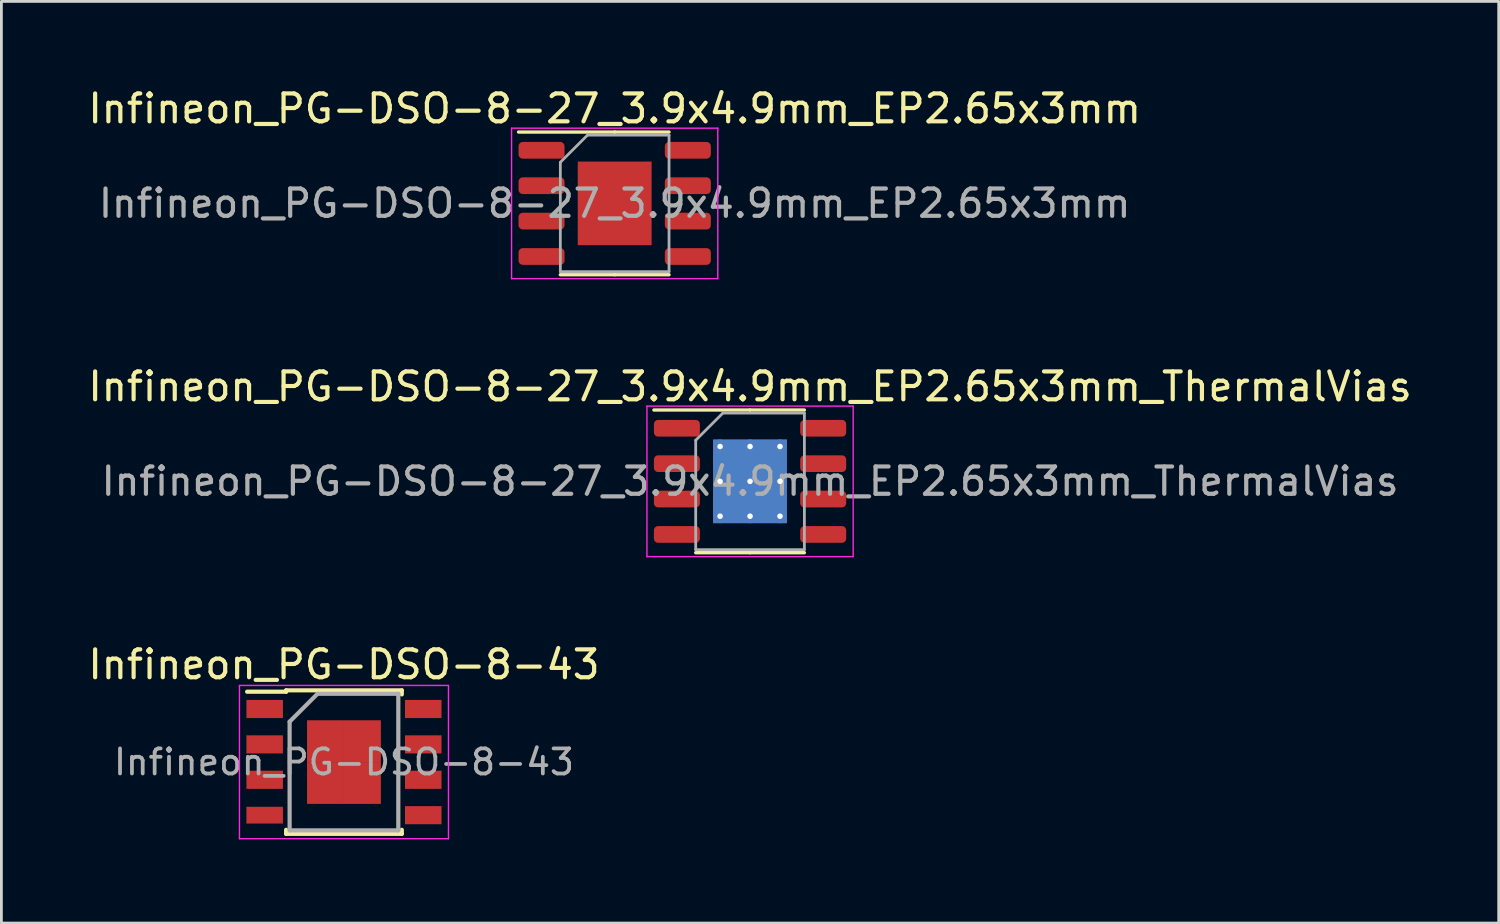
<source format=kicad_pcb>
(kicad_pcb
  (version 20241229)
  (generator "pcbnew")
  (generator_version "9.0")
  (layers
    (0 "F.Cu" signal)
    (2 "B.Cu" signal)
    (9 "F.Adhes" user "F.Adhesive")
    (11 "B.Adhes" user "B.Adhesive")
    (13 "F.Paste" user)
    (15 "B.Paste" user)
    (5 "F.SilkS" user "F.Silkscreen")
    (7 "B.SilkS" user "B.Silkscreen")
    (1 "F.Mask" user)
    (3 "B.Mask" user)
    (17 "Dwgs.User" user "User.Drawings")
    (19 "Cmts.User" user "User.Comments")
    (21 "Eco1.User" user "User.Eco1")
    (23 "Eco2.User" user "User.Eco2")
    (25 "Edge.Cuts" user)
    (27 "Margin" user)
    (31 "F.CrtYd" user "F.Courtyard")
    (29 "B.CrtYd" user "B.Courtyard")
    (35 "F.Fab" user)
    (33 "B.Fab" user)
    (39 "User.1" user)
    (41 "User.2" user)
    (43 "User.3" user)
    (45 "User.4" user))
  (footprint "Infineon_PG-DSO-8-43"
    (layer "F.Cu")
    (at 9.292 24.295)
    (property "Reference" "Infineon_PG-DSO-8-43" (at 0 -3.5 0) (layer "F.SilkS") (effects (font (size 1 1) (thickness 0.15))))
    (attr smd)
    (fp_line (start -2.075 -2.575) (end -2.075 -2.525) (stroke (width 0.15) (type solid)) (layer "F.SilkS"))
    (fp_line (start -2.075 -2.575) (end 2.075 -2.575) (stroke (width 0.15) (type solid)) (layer "F.SilkS"))
    (fp_line (start -2.075 -2.525) (end -3.475 -2.525) (stroke (width 0.15) (type solid)) (layer "F.SilkS"))
    (fp_line (start -2.075 2.575) (end -2.075 2.43) (stroke (width 0.15) (type solid)) (layer "F.SilkS"))
    (fp_line (start -2.075 2.575) (end 2.075 2.575) (stroke (width 0.15) (type solid)) (layer "F.SilkS"))
    (fp_line (start 2.075 -2.575) (end 2.075 -2.43) (stroke (width 0.15) (type solid)) (layer "F.SilkS"))
    (fp_line (start 2.075 2.575) (end 2.075 2.43) (stroke (width 0.15) (type solid)) (layer "F.SilkS"))
    (fp_line (start -3.75 -2.75) (end -3.75 2.75) (stroke (width 0.05) (type solid)) (layer "F.CrtYd"))
    (fp_line (start -3.75 -2.75) (end 3.75 -2.75) (stroke (width 0.05) (type solid)) (layer "F.CrtYd"))
    (fp_line (start -3.75 2.75) (end 3.75 2.75) (stroke (width 0.05) (type solid)) (layer "F.CrtYd"))
    (fp_line (start 3.75 -2.75) (end 3.75 2.75) (stroke (width 0.05) (type solid)) (layer "F.CrtYd"))
    (fp_line (start -1.95 -1.45) (end -0.95 -2.45) (stroke (width 0.15) (type solid)) (layer "F.Fab"))
    (fp_line (start -1.95 2.45) (end -1.95 -1.45) (stroke (width 0.15) (type solid)) (layer "F.Fab"))
    (fp_line (start -0.95 -2.45) (end 1.95 -2.45) (stroke (width 0.15) (type solid)) (layer "F.Fab"))
    (fp_line (start 1.95 -2.45) (end 1.95 2.45) (stroke (width 0.15) (type solid)) (layer "F.Fab"))
    (fp_line (start 1.95 2.45) (end -1.95 2.45) (stroke (width 0.15) (type solid)) (layer "F.Fab"))
    (fp_text user "${REFERENCE}" (at 0 0 0) (layer "F.Fab") (effects (font (size 0.9 0.9) (thickness 0.135))))
    (pad "1" smd rect (at -2.845 -1.905) (size 1.31 0.65) (layers "F.Cu" "F.Mask" "F.Paste"))
    (pad "2" smd rect (at -2.845 -0.635) (size 1.31 0.65) (layers "F.Cu" "F.Mask" "F.Paste"))
    (pad "3" smd rect (at -2.845 0.635) (size 1.31 0.65) (layers "F.Cu" "F.Mask" "F.Paste"))
    (pad "4" smd rect (at -2.845 1.905) (size 1.31 0.6) (layers "F.Cu" "F.Mask" "F.Paste"))
    (pad "5" smd rect (at 2.845 1.905) (size 1.31 0.65) (layers "F.Cu" "F.Mask" "F.Paste"))
    (pad "6" smd rect (at 2.845 0.635) (size 1.31 0.65) (layers "F.Cu" "F.Mask" "F.Paste"))
    (pad "7" smd rect (at 2.845 -0.635) (size 1.31 0.65) (layers "F.Cu" "F.Mask" "F.Paste"))
    (pad "8" smd rect (at 2.845 -1.905) (size 1.31 0.65) (layers "F.Cu" "F.Mask" "F.Paste"))
    (pad "9" smd rect (at -0.662 -0.75) (size 1.325 1.5) (layers "F.Cu" "F.Mask" "F.Paste"))
    (pad "9" smd rect (at -0.662 0.75) (size 1.325 1.5) (layers "F.Cu" "F.Mask" "F.Paste"))
    (pad "9" smd rect (at 0.662 -0.75) (size 1.325 1.5) (layers "F.Cu" "F.Mask" "F.Paste"))
    (pad "9" smd rect (at 0.662 0.75) (size 1.325 1.5) (layers "F.Cu" "F.Mask" "F.Paste")))
  (footprint "Infineon_PG-DSO-8-27_3.9x4.9mm_EP2.65x3mm_ThermalVias"
    (layer "F.Cu")
    (at 23.863 14.222)
    (property "Reference" "Infineon_PG-DSO-8-27_3.9x4.9mm_EP2.65x3mm_ThermalVias" (at 0 -3.4 0) (layer "F.SilkS") (effects (font (size 1 1) (thickness 0.15))))
    (attr smd)
    (fp_line (start 0 -2.56) (end -3.45 -2.56) (stroke (width 0.12) (type solid)) (layer "F.SilkS"))
    (fp_line (start 0 -2.56) (end 1.95 -2.56) (stroke (width 0.12) (type solid)) (layer "F.SilkS"))
    (fp_line (start 0 2.56) (end -1.95 2.56) (stroke (width 0.12) (type solid)) (layer "F.SilkS"))
    (fp_line (start 0 2.56) (end 1.95 2.56) (stroke (width 0.12) (type solid)) (layer "F.SilkS"))
    (fp_line (start -3.7 -2.7) (end -3.7 2.7) (stroke (width 0.05) (type solid)) (layer "F.CrtYd"))
    (fp_line (start -3.7 2.7) (end 3.7 2.7) (stroke (width 0.05) (type solid)) (layer "F.CrtYd"))
    (fp_line (start 3.7 -2.7) (end -3.7 -2.7) (stroke (width 0.05) (type solid)) (layer "F.CrtYd"))
    (fp_line (start 3.7 2.7) (end 3.7 -2.7) (stroke (width 0.05) (type solid)) (layer "F.CrtYd"))
    (fp_line (start -1.95 -1.475) (end -0.975 -2.45) (stroke (width 0.1) (type solid)) (layer "F.Fab"))
    (fp_line (start -1.95 2.45) (end -1.95 -1.475) (stroke (width 0.1) (type solid)) (layer "F.Fab"))
    (fp_line (start -0.975 -2.45) (end 1.95 -2.45) (stroke (width 0.1) (type solid)) (layer "F.Fab"))
    (fp_line (start 1.95 -2.45) (end 1.95 2.45) (stroke (width 0.1) (type solid)) (layer "F.Fab"))
    (fp_line (start 1.95 2.45) (end -1.95 2.45) (stroke (width 0.1) (type solid)) (layer "F.Fab"))
    (fp_text user "${REFERENCE}" (at 0 0 0) (layer "F.Fab") (effects (font (size 0.98 0.98) (thickness 0.15))))
    (pad "" smd roundrect (at -0.66 -0.75) (size 1.11 1.25) (layers "F.Paste") (roundrect_rratio 0.225))
    (pad "" smd roundrect (at -0.66 0.75) (size 1.11 1.25) (layers "F.Paste") (roundrect_rratio 0.225))
    (pad "" smd roundrect (at 0.66 -0.75) (size 1.11 1.25) (layers "F.Paste") (roundrect_rratio 0.225))
    (pad "" smd roundrect (at 0.66 0.75) (size 1.11 1.25) (layers "F.Paste") (roundrect_rratio 0.225))
    (pad "1" smd roundrect (at -2.625 -1.905) (size 1.65 0.6) (layers "F.Cu" "F.Mask" "F.Paste") (roundrect_rratio 0.25))
    (pad "2" smd roundrect (at -2.625 -0.635) (size 1.65 0.6) (layers "F.Cu" "F.Mask" "F.Paste") (roundrect_rratio 0.25))
    (pad "3" smd roundrect (at -2.625 0.635) (size 1.65 0.6) (layers "F.Cu" "F.Mask" "F.Paste") (roundrect_rratio 0.25))
    (pad "4" smd roundrect (at -2.625 1.905) (size 1.65 0.6) (layers "F.Cu" "F.Mask" "F.Paste") (roundrect_rratio 0.25))
    (pad "5" smd roundrect (at 2.625 1.905) (size 1.65 0.6) (layers "F.Cu" "F.Mask" "F.Paste") (roundrect_rratio 0.25))
    (pad "6" smd roundrect (at 2.625 0.635) (size 1.65 0.6) (layers "F.Cu" "F.Mask" "F.Paste") (roundrect_rratio 0.25))
    (pad "7" smd roundrect (at 2.625 -0.635) (size 1.65 0.6) (layers "F.Cu" "F.Mask" "F.Paste") (roundrect_rratio 0.25))
    (pad "8" smd roundrect (at 2.625 -1.905) (size 1.65 0.6) (layers "F.Cu" "F.Mask" "F.Paste") (roundrect_rratio 0.25))
    (pad "9" thru_hole circle (at -1.075 -1.25) (size 0.5 0.5) (drill 0.2) (layers "*.Cu"))
    (pad "9" thru_hole circle (at -1.075 0) (size 0.5 0.5) (drill 0.2) (layers "*.Cu"))
    (pad "9" thru_hole circle (at -1.075 1.25) (size 0.5 0.5) (drill 0.2) (layers "*.Cu"))
    (pad "9" thru_hole circle (at 0 -1.25) (size 0.5 0.5) (drill 0.2) (layers "*.Cu"))
    (pad "9" thru_hole circle (at 0 0) (size 0.5 0.5) (drill 0.2) (layers "*.Cu"))
    (pad "9" smd rect (at 0 0) (size 2.65 3) (layers "F.Cu" "F.Mask"))
    (pad "9" smd rect (at 0 0) (size 2.65 3) (layers "B.Cu"))
    (pad "9" thru_hole circle (at 0 1.25) (size 0.5 0.5) (drill 0.2) (layers "*.Cu"))
    (pad "9" thru_hole circle (at 1.075 -1.25) (size 0.5 0.5) (drill 0.2) (layers "*.Cu"))
    (pad "9" thru_hole circle (at 1.075 0) (size 0.5 0.5) (drill 0.2) (layers "*.Cu"))
    (pad "9" thru_hole circle (at 1.075 1.25) (size 0.5 0.5) (drill 0.2) (layers "*.Cu")))
  (footprint "Infineon_PG-DSO-8-27_3.9x4.9mm_EP2.65x3mm"
    (layer "F.Cu")
    (at 19.006 4.248)
    (property "Reference" "Infineon_PG-DSO-8-27_3.9x4.9mm_EP2.65x3mm" (at 0 -3.4 0) (layer "F.SilkS") (effects (font (size 1 1) (thickness 0.15))))
    (attr smd)
    (fp_line (start 0 -2.56) (end -3.45 -2.56) (stroke (width 0.12) (type solid)) (layer "F.SilkS"))
    (fp_line (start 0 -2.56) (end 1.95 -2.56) (stroke (width 0.12) (type solid)) (layer "F.SilkS"))
    (fp_line (start 0 2.56) (end -1.95 2.56) (stroke (width 0.12) (type solid)) (layer "F.SilkS"))
    (fp_line (start 0 2.56) (end 1.95 2.56) (stroke (width 0.12) (type solid)) (layer "F.SilkS"))
    (fp_line (start -3.7 -2.7) (end -3.7 2.7) (stroke (width 0.05) (type solid)) (layer "F.CrtYd"))
    (fp_line (start -3.7 2.7) (end 3.7 2.7) (stroke (width 0.05) (type solid)) (layer "F.CrtYd"))
    (fp_line (start 3.7 -2.7) (end -3.7 -2.7) (stroke (width 0.05) (type solid)) (layer "F.CrtYd"))
    (fp_line (start 3.7 2.7) (end 3.7 -2.7) (stroke (width 0.05) (type solid)) (layer "F.CrtYd"))
    (fp_line (start -1.95 -1.475) (end -0.975 -2.45) (stroke (width 0.1) (type solid)) (layer "F.Fab"))
    (fp_line (start -1.95 2.45) (end -1.95 -1.475) (stroke (width 0.1) (type solid)) (layer "F.Fab"))
    (fp_line (start -0.975 -2.45) (end 1.95 -2.45) (stroke (width 0.1) (type solid)) (layer "F.Fab"))
    (fp_line (start 1.95 -2.45) (end 1.95 2.45) (stroke (width 0.1) (type solid)) (layer "F.Fab"))
    (fp_line (start 1.95 2.45) (end -1.95 2.45) (stroke (width 0.1) (type solid)) (layer "F.Fab"))
    (fp_text user "${REFERENCE}" (at 0 0 0) (layer "F.Fab") (effects (font (size 0.98 0.98) (thickness 0.15))))
    (pad "" smd roundrect (at -0.66 -0.75) (size 1.07 1.21) (layers "F.Paste") (roundrect_rratio 0.234))
    (pad "" smd roundrect (at -0.66 0.75) (size 1.07 1.21) (layers "F.Paste") (roundrect_rratio 0.234))
    (pad "" smd roundrect (at 0.66 -0.75) (size 1.07 1.21) (layers "F.Paste") (roundrect_rratio 0.234))
    (pad "" smd roundrect (at 0.66 0.75) (size 1.07 1.21) (layers "F.Paste") (roundrect_rratio 0.234))
    (pad "1" smd roundrect (at -2.625 -1.905) (size 1.65 0.6) (layers "F.Cu" "F.Mask" "F.Paste") (roundrect_rratio 0.25))
    (pad "2" smd roundrect (at -2.625 -0.635) (size 1.65 0.6) (layers "F.Cu" "F.Mask" "F.Paste") (roundrect_rratio 0.25))
    (pad "3" smd roundrect (at -2.625 0.635) (size 1.65 0.6) (layers "F.Cu" "F.Mask" "F.Paste") (roundrect_rratio 0.25))
    (pad "4" smd roundrect (at -2.625 1.905) (size 1.65 0.6) (layers "F.Cu" "F.Mask" "F.Paste") (roundrect_rratio 0.25))
    (pad "5" smd roundrect (at 2.625 1.905) (size 1.65 0.6) (layers "F.Cu" "F.Mask" "F.Paste") (roundrect_rratio 0.25))
    (pad "6" smd roundrect (at 2.625 0.635) (size 1.65 0.6) (layers "F.Cu" "F.Mask" "F.Paste") (roundrect_rratio 0.25))
    (pad "7" smd roundrect (at 2.625 -0.635) (size 1.65 0.6) (layers "F.Cu" "F.Mask" "F.Paste") (roundrect_rratio 0.25))
    (pad "8" smd roundrect (at 2.625 -1.905) (size 1.65 0.6) (layers "F.Cu" "F.Mask" "F.Paste") (roundrect_rratio 0.25))
    (pad "9" smd rect (at 0 0) (size 2.65 3) (layers "F.Cu" "F.Mask")))
  (gr_rect
    (start -3 -3)
    (end 50.726 30.07)
    (stroke (width 0.1) (type default))
    (fill no)
    (layer "Edge.Cuts")))
</source>
